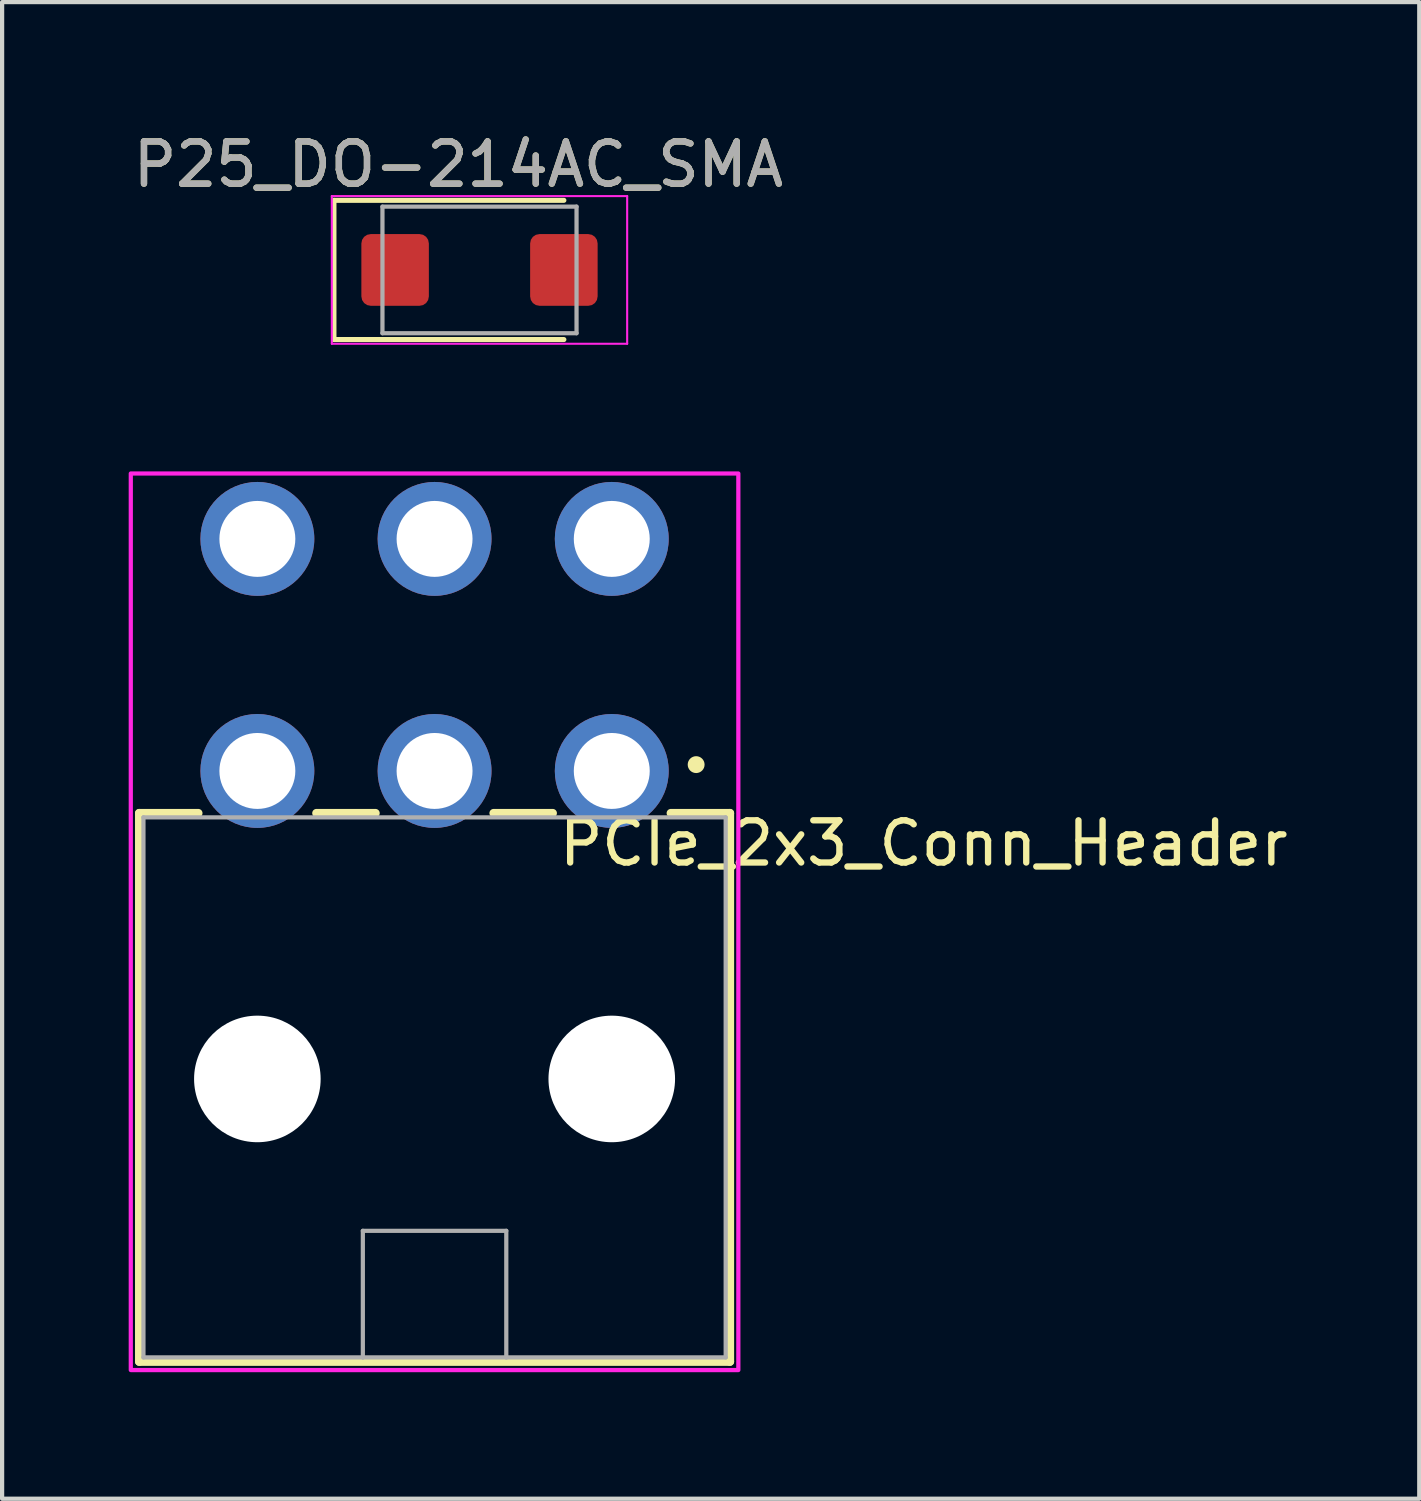
<source format=kicad_pcb>
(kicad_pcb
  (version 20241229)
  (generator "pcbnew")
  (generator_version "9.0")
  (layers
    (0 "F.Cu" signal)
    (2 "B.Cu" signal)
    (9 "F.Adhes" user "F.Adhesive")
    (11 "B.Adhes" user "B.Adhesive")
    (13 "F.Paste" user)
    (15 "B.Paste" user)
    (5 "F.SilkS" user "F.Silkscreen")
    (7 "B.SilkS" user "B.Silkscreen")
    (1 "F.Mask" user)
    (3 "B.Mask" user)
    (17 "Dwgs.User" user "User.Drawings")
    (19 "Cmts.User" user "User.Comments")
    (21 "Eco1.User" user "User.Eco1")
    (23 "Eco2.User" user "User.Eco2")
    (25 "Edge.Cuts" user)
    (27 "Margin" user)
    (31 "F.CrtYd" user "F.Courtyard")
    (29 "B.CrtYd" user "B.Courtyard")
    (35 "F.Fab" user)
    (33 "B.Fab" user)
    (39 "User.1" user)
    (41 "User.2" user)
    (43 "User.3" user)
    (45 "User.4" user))
  (footprint "PCIe_2x3_Conn_Header"
    (layer "F.Cu")
    (at 7.25 22.723)
    (property "Reference" "PCIe_2x3_Conn_Header" (at 11.595 -5.785 0) (layer "F.SilkS") (effects (font (size 1 1) (thickness 0.15))))
    (attr through_hole)
    (fp_line (start -7 -6.5) (end -7 6.5) (stroke (width 0.2) (type solid)) (layer "F.SilkS"))
    (fp_line (start -7 6.5) (end 7 6.5) (stroke (width 0.2) (type solid)) (layer "F.SilkS"))
    (fp_line (start -5.6 -6.5) (end -7 -6.5) (stroke (width 0.2) (type solid)) (layer "F.SilkS"))
    (fp_line (start -2.8 -6.5) (end -1.4 -6.5) (stroke (width 0.2) (type solid)) (layer "F.SilkS"))
    (fp_line (start 1.4 -6.5) (end 2.8 -6.5) (stroke (width 0.2) (type solid)) (layer "F.SilkS"))
    (fp_line (start 7 -6.5) (end 5.6 -6.5) (stroke (width 0.2) (type solid)) (layer "F.SilkS"))
    (fp_line (start 7 6.5) (end 7 -6.5) (stroke (width 0.2) (type solid)) (layer "F.SilkS"))
    (fp_circle (center 6.2 -7.65) (end 6.3 -7.65) (stroke (width 0.2) (type solid)) (fill no) (layer "F.SilkS"))
    (fp_poly (pts (xy -7.2 -14.55) (xy 7.2 -14.55) (xy 7.2 6.7) (xy -7.2 6.7)) (stroke (width 0.1) (type solid)) (fill no) (layer "F.CrtYd"))
    (fp_line (start -6.9 -6.4) (end 6.9 -6.4) (stroke (width 0.1) (type solid)) (layer "F.Fab"))
    (fp_line (start -6.9 6.4) (end -6.9 -6.4) (stroke (width 0.1) (type solid)) (layer "F.Fab"))
    (fp_line (start -1.7 3.4) (end 1.7 3.4) (stroke (width 0.1) (type solid)) (layer "F.Fab"))
    (fp_line (start -1.7 6.4) (end -6.9 6.4) (stroke (width 0.1) (type solid)) (layer "F.Fab"))
    (fp_line (start -1.7 6.4) (end -1.7 3.4) (stroke (width 0.1) (type solid)) (layer "F.Fab"))
    (fp_line (start 1.7 3.4) (end 1.7 6.4) (stroke (width 0.1) (type solid)) (layer "F.Fab"))
    (fp_line (start 1.7 6.4) (end -1.7 6.4) (stroke (width 0.1) (type solid)) (layer "F.Fab"))
    (fp_line (start 6.9 -6.4) (end 6.9 6.4) (stroke (width 0.1) (type solid)) (layer "F.Fab"))
    (fp_line (start 6.9 6.4) (end 1.7 6.4) (stroke (width 0.1) (type solid)) (layer "F.Fab"))
    (pad "" np_thru_hole circle (at -4.2 -0.2) (size 3 3) (drill 3) (layers "*.Cu" "*.Mask"))
    (pad "" np_thru_hole circle (at 4.2 -0.2) (size 3 3) (drill 3) (layers "*.Cu" "*.Mask"))
    (pad "1" thru_hole circle (at 4.2 -7.5) (size 2.7 2.7) (drill 1.8) (layers "*.Cu" "*.Mask"))
    (pad "2" thru_hole circle (at 0 -7.5) (size 2.7 2.7) (drill 1.8) (layers "*.Cu" "*.Mask"))
    (pad "3" thru_hole circle (at -4.2 -7.5) (size 2.7 2.7) (drill 1.8) (layers "*.Cu" "*.Mask"))
    (pad "4" thru_hole circle (at 4.2 -13) (size 2.7 2.7) (drill 1.8) (layers "*.Cu" "*.Mask"))
    (pad "5" thru_hole circle (at 0 -13) (size 2.7 2.7) (drill 1.8) (layers "*.Cu" "*.Mask"))
    (pad "6" thru_hole circle (at -4.2 -13) (size 2.7 2.7) (drill 1.8) (layers "*.Cu" "*.Mask")))
  (footprint "P25_DO-214AC_SMA"
    (layer "F.Cu")
    (at 6.315 3.348)
    (property "Reference" "P25_DO-214AC_SMA" (at 1.5 -2.5 0) (layer "F.SilkS") (effects (font (size 1 1) (thickness 0.15))))
    (attr smd)
    (fp_line (start -1.45 -1.65) (end -1.45 1.65) (stroke (width 0.12) (type solid)) (layer "F.SilkS"))
    (fp_line (start -1.45 -1.65) (end 4 -1.65) (stroke (width 0.12) (type solid)) (layer "F.SilkS"))
    (fp_line (start -1.45 1.65) (end 4 1.65) (stroke (width 0.12) (type solid)) (layer "F.SilkS"))
    (fp_line (start -1.5 -1.75) (end 5.5 -1.75) (stroke (width 0.05) (type solid)) (layer "F.CrtYd"))
    (fp_line (start -1.5 1.75) (end -1.5 -1.75) (stroke (width 0.05) (type solid)) (layer "F.CrtYd"))
    (fp_line (start 5.5 -1.75) (end 5.5 1.75) (stroke (width 0.05) (type solid)) (layer "F.CrtYd"))
    (fp_line (start 5.5 1.75) (end -1.5 1.75) (stroke (width 0.05) (type solid)) (layer "F.CrtYd"))
    (fp_line (start -0.3 1.5) (end -0.3 -1.5) (stroke (width 0.1) (type solid)) (layer "F.Fab"))
    (fp_line (start 4.3 -1.5) (end -0.3 -1.5) (stroke (width 0.1) (type solid)) (layer "F.Fab"))
    (fp_line (start 4.3 -1.5) (end 4.3 1.5) (stroke (width 0.1) (type solid)) (layer "F.Fab"))
    (fp_line (start 4.3 1.5) (end -0.3 1.5) (stroke (width 0.1) (type solid)) (layer "F.Fab"))
    (fp_text user "${REFERENCE}" (at 1.5 -2.5 0) (layer "F.Fab") (effects (font (size 1 1) (thickness 0.15))))
    (pad "1" smd roundrect (at 0 0) (size 1.6 1.7) (layers "F.Cu" "F.Mask" "F.Paste") (roundrect_rratio 0.139))
    (pad "2" smd roundrect (at 4 0) (size 1.6 1.7) (layers "F.Cu" "F.Mask" "F.Paste") (roundrect_rratio 0.139)))
  (gr_rect
    (start -3 -3)
    (end 30.589 32.473)
    (stroke (width 0.1) (type default))
    (fill no)
    (layer "Edge.Cuts")))
</source>
